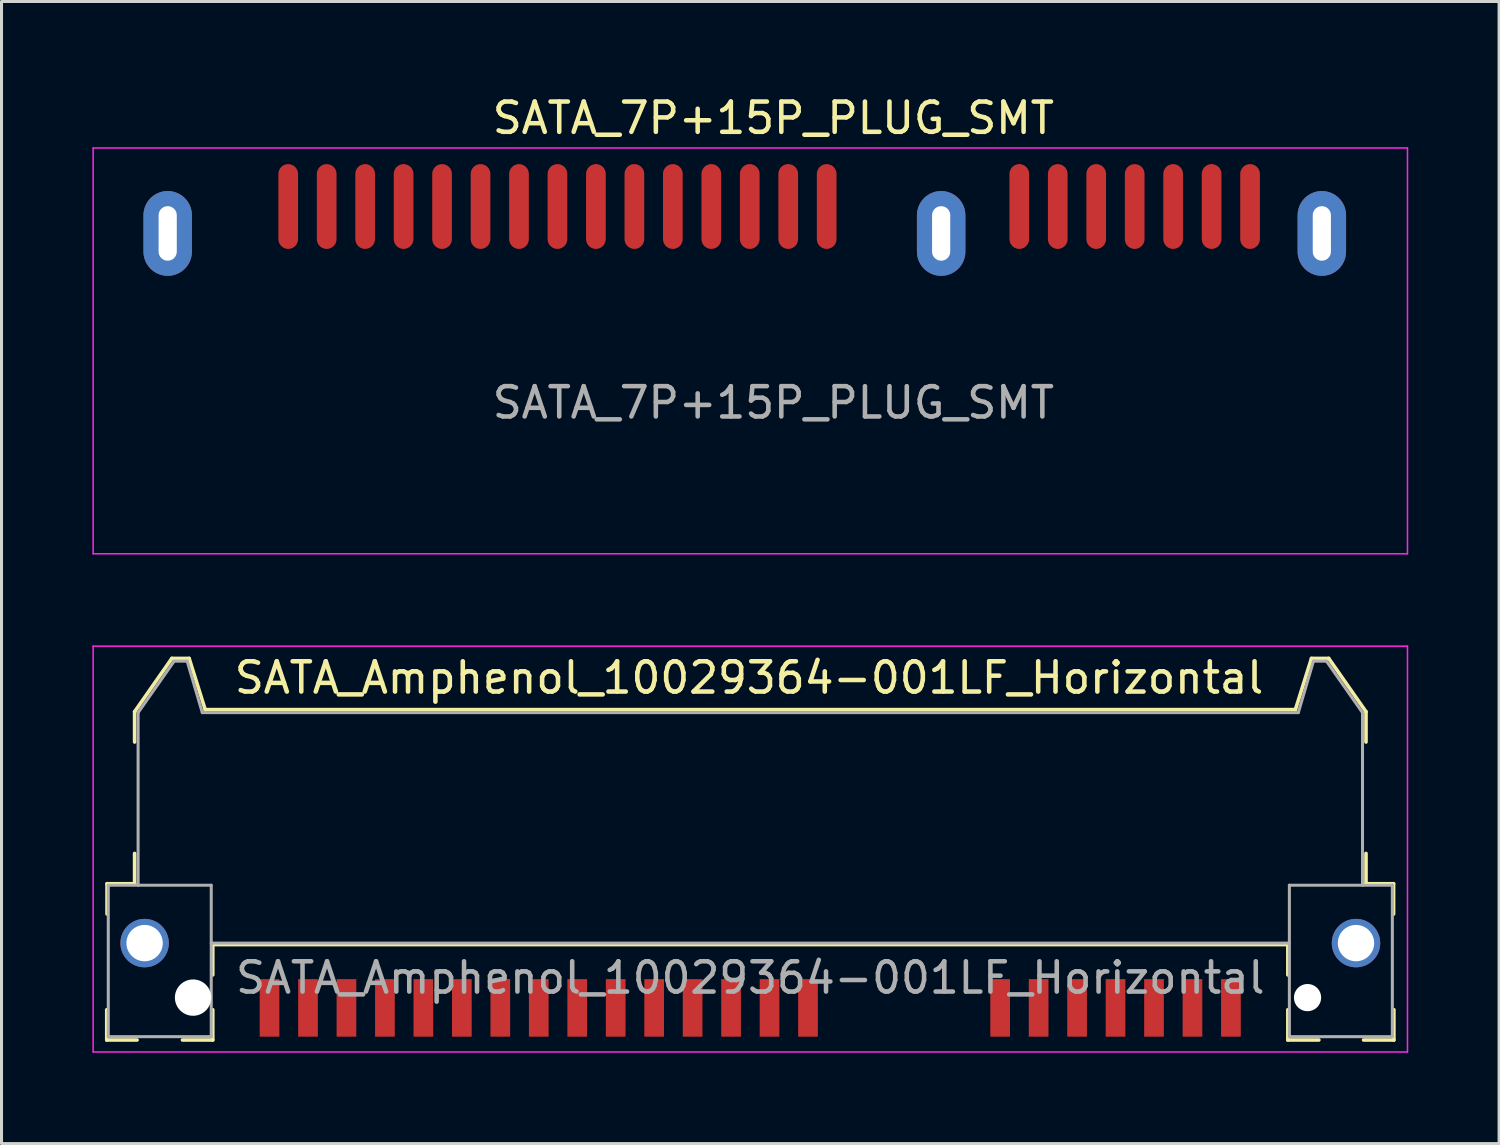
<source format=kicad_pcb>
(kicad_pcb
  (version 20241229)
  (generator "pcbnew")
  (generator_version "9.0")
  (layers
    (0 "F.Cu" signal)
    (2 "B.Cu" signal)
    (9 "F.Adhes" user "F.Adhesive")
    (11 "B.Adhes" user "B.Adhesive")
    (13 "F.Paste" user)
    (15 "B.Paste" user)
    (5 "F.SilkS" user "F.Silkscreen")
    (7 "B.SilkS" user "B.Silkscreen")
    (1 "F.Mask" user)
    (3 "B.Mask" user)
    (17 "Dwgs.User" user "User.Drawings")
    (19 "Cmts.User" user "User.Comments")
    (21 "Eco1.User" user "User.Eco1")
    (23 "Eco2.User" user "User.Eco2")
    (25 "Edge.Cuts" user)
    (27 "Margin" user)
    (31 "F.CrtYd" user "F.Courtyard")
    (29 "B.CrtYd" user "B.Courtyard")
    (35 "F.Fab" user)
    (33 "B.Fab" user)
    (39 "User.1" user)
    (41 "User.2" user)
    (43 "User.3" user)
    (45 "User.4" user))
  (footprint "SATA_Amphenol_10029364-001LF_Horizontal"
    (layer "F.Cu")
    (at 21.725 29.236)
    (property "Reference" "SATA_Amphenol_10029364-001LF_Horizontal" (at -0.041 -9.906 0) (layer "F.SilkS") (effects (font (size 1 1) (thickness 0.15))))
    (attr smd)
    (fp_line (start -21.25 1.055) (end -21.25 2.055) (stroke (width 0.12) (type solid)) (layer "F.SilkS"))
    (fp_line (start -21.25 2.055) (end -20.25 2.055) (stroke (width 0.12) (type solid)) (layer "F.SilkS"))
    (fp_line (start -21.24 -3.105) (end -21.24 -2.105) (stroke (width 0.12) (type solid)) (layer "F.SilkS"))
    (fp_line (start -21.24 -3.105) (end -20.33 -3.105) (stroke (width 0.12) (type solid)) (layer "F.SilkS"))
    (fp_line (start -20.33 -8.785) (end -20.33 -7.785) (stroke (width 0.12) (type solid)) (layer "F.SilkS"))
    (fp_line (start -20.33 -8.785) (end -19.1 -10.545) (stroke (width 0.12) (type solid)) (layer "F.SilkS"))
    (fp_line (start -20.33 -3.105) (end -20.33 -4.105) (stroke (width 0.12) (type solid)) (layer "F.SilkS"))
    (fp_line (start -19.1 -10.545) (end -18.53 -10.545) (stroke (width 0.12) (type solid)) (layer "F.SilkS"))
    (fp_line (start -18.75 2.055) (end -17.75 2.055) (stroke (width 0.12) (type solid)) (layer "F.SilkS"))
    (fp_line (start -18 -8.855) (end -18.53 -10.545) (stroke (width 0.12) (type solid)) (layer "F.SilkS"))
    (fp_line (start -17.75 -1.095) (end -17.75 -0.095) (stroke (width 0.12) (type solid)) (layer "F.SilkS"))
    (fp_line (start -17.75 1.055) (end -17.75 2.055) (stroke (width 0.12) (type solid)) (layer "F.SilkS"))
    (fp_line (start 17.75 -1.095) (end -17.75 -1.095) (stroke (width 0.12) (type solid)) (layer "F.SilkS"))
    (fp_line (start 17.75 -1.095) (end 17.75 -0.095) (stroke (width 0.12) (type solid)) (layer "F.SilkS"))
    (fp_line (start 17.75 1.055) (end 17.75 2.055) (stroke (width 0.12) (type solid)) (layer "F.SilkS"))
    (fp_line (start 18 -8.855) (end -18 -8.855) (stroke (width 0.12) (type solid)) (layer "F.SilkS"))
    (fp_line (start 18 -8.855) (end 18.53 -10.545) (stroke (width 0.12) (type solid)) (layer "F.SilkS"))
    (fp_line (start 18.773 2.055) (end 17.75 2.055) (stroke (width 0.12) (type solid)) (layer "F.SilkS"))
    (fp_line (start 19.1 -10.545) (end 18.53 -10.545) (stroke (width 0.12) (type solid)) (layer "F.SilkS"))
    (fp_line (start 20.33 -8.785) (end 19.1 -10.545) (stroke (width 0.12) (type solid)) (layer "F.SilkS"))
    (fp_line (start 20.33 -8.785) (end 20.33 -7.785) (stroke (width 0.12) (type solid)) (layer "F.SilkS"))
    (fp_line (start 20.33 -3.105) (end 20.33 -4.105) (stroke (width 0.12) (type solid)) (layer "F.SilkS"))
    (fp_line (start 21.24 -3.105) (end 20.33 -3.105) (stroke (width 0.12) (type solid)) (layer "F.SilkS"))
    (fp_line (start 21.24 -3.105) (end 21.24 -2.105) (stroke (width 0.12) (type solid)) (layer "F.SilkS"))
    (fp_line (start 21.25 1.055) (end 21.25 2.055) (stroke (width 0.12) (type solid)) (layer "F.SilkS"))
    (fp_line (start 21.25 2.055) (end 20.25 2.055) (stroke (width 0.12) (type solid)) (layer "F.SilkS"))
    (fp_line (start -21.7 -10.95) (end -21.7 2.45) (stroke (width 0.05) (type solid)) (layer "F.CrtYd"))
    (fp_line (start -21.7 -10.95) (end 21.7 -10.95) (stroke (width 0.05) (type solid)) (layer "F.CrtYd"))
    (fp_line (start -21.7 2.45) (end 21.7 2.45) (stroke (width 0.05) (type solid)) (layer "F.CrtYd"))
    (fp_line (start 21.7 -10.95) (end 21.7 2.45) (stroke (width 0.05) (type solid)) (layer "F.CrtYd"))
    (fp_line (start -21.2 -3.055) (end -21.2 1.945) (stroke (width 0.1) (type solid)) (layer "F.Fab"))
    (fp_line (start -21.2 -3.055) (end -17.8 -3.055) (stroke (width 0.1) (type solid)) (layer "F.Fab"))
    (fp_line (start -21.2 1.945) (end -17.8 1.945) (stroke (width 0.1) (type solid)) (layer "F.Fab"))
    (fp_line (start -20.215 -8.755) (end -20.215 -3.055) (stroke (width 0.1) (type solid)) (layer "F.Fab"))
    (fp_line (start -20.215 -8.755) (end -19.025 -10.455) (stroke (width 0.1) (type solid)) (layer "F.Fab"))
    (fp_line (start -18.595 -10.455) (end -19.025 -10.455) (stroke (width 0.1) (type solid)) (layer "F.Fab"))
    (fp_line (start -18.595 -10.455) (end -18.095 -8.755) (stroke (width 0.1) (type solid)) (layer "F.Fab"))
    (fp_line (start -17.8 -3.055) (end -17.8 1.945) (stroke (width 0.1) (type solid)) (layer "F.Fab"))
    (fp_line (start 17.8 -3.055) (end 17.8 1.93) (stroke (width 0.1) (type solid)) (layer "F.Fab"))
    (fp_line (start 17.8 -1.145) (end -17.8 -1.145) (stroke (width 0.1) (type solid)) (layer "F.Fab"))
    (fp_line (start 18.095 -8.755) (end -18.095 -8.755) (stroke (width 0.1) (type solid)) (layer "F.Fab"))
    (fp_line (start 18.595 -10.455) (end 18.095 -8.755) (stroke (width 0.1) (type solid)) (layer "F.Fab"))
    (fp_line (start 18.595 -10.455) (end 19.025 -10.455) (stroke (width 0.1) (type solid)) (layer "F.Fab"))
    (fp_line (start 20.215 -8.755) (end 19.025 -10.455) (stroke (width 0.1) (type solid)) (layer "F.Fab"))
    (fp_line (start 20.215 -8.755) (end 20.215 -3.055) (stroke (width 0.1) (type solid)) (layer "F.Fab"))
    (fp_line (start 21.2 -3.063) (end 21.2 1.937) (stroke (width 0.1) (type solid)) (layer "F.Fab"))
    (fp_line (start 21.2 -3.055) (end 17.8 -3.055) (stroke (width 0.1) (type solid)) (layer "F.Fab"))
    (fp_line (start 21.2 1.945) (end 17.8 1.945) (stroke (width 0.1) (type solid)) (layer "F.Fab"))
    (fp_text user "${REFERENCE}" (at 0 0 0) (layer "F.Fab") (effects (font (size 1 1) (thickness 0.15))))
    (pad "" np_thru_hole circle (at -18.4 0.655) (size 1.2 1.2) (drill 1.2) (layers "*.Mask" "B.Cu"))
    (pad "" np_thru_hole circle (at 18.4 0.655) (size 0.9 0.9) (drill 0.9) (layers "*.Mask" "B.Cu"))
    (pad "MP" thru_hole circle (at -20 -1.145) (size 1.6 1.6) (drill 1.2) (layers "*.Cu" "*.Mask"))
    (pad "MP" thru_hole circle (at 20 -1.145) (size 1.6 1.6) (drill 1.2) (layers "*.Cu" "*.Mask"))
    (pad "P1" smd rect (at 1.905 0.995) (size 0.65 1.9) (layers "F.Cu" "F.Mask" "F.Paste"))
    (pad "P2" smd rect (at 0.635 0.995) (size 0.65 1.9) (layers "F.Cu" "F.Mask" "F.Paste"))
    (pad "P3" smd rect (at -0.635 0.995) (size 0.65 1.9) (layers "F.Cu" "F.Mask" "F.Paste"))
    (pad "P4" smd rect (at -1.905 0.995) (size 0.65 1.9) (layers "F.Cu" "F.Mask" "F.Paste"))
    (pad "P5" smd rect (at -3.175 0.995) (size 0.65 1.9) (layers "F.Cu" "F.Mask" "F.Paste"))
    (pad "P6" smd rect (at -4.445 0.995) (size 0.65 1.9) (layers "F.Cu" "F.Mask" "F.Paste"))
    (pad "P7" smd rect (at -5.715 0.995) (size 0.65 1.9) (layers "F.Cu" "F.Mask" "F.Paste"))
    (pad "P8" smd rect (at -6.985 0.995) (size 0.65 1.9) (layers "F.Cu" "F.Mask" "F.Paste"))
    (pad "P9" smd rect (at -8.255 0.995) (size 0.65 1.9) (layers "F.Cu" "F.Mask" "F.Paste"))
    (pad "P10" smd rect (at -9.525 0.995) (size 0.65 1.9) (layers "F.Cu" "F.Mask" "F.Paste"))
    (pad "P11" smd rect (at -10.795 0.995) (size 0.65 1.9) (layers "F.Cu" "F.Mask" "F.Paste"))
    (pad "P12" smd rect (at -12.065 0.995) (size 0.65 1.9) (layers "F.Cu" "F.Mask" "F.Paste"))
    (pad "P13" smd rect (at -13.335 0.995) (size 0.65 1.9) (layers "F.Cu" "F.Mask" "F.Paste"))
    (pad "P14" smd rect (at -14.605 0.995) (size 0.65 1.9) (layers "F.Cu" "F.Mask" "F.Paste"))
    (pad "P15" smd rect (at -15.875 0.995) (size 0.65 1.9) (layers "F.Cu" "F.Mask" "F.Paste"))
    (pad "S1" smd rect (at 15.87 0.995) (size 0.65 1.9) (layers "F.Cu" "F.Mask" "F.Paste"))
    (pad "S2" smd rect (at 14.6 0.995) (size 0.65 1.9) (layers "F.Cu" "F.Mask" "F.Paste"))
    (pad "S3" smd rect (at 13.33 0.995) (size 0.65 1.9) (layers "F.Cu" "F.Mask" "F.Paste"))
    (pad "S4" smd rect (at 12.06 0.995) (size 0.65 1.9) (layers "F.Cu" "F.Mask" "F.Paste"))
    (pad "S5" smd rect (at 10.79 0.995) (size 0.65 1.9) (layers "F.Cu" "F.Mask" "F.Paste"))
    (pad "S6" smd rect (at 9.52 0.995) (size 0.65 1.9) (layers "F.Cu" "F.Mask" "F.Paste"))
    (pad "S7" smd rect (at 8.25 0.995) (size 0.65 1.9) (layers "F.Cu" "F.Mask" "F.Paste")))
  (footprint "SATA_7P+15P_PLUG_SMT"
    (layer "F.Cu")
    (at 22.487 4.658)
    (property "Reference" "SATA_7P+15P_PLUG_SMT" (at 0 -3.81 0) (layer "F.SilkS") (effects (font (size 1 1) (thickness 0.15))))
    (attr smd)
    (fp_line (start -22.462 -2.822) (end -22.462 10.578) (stroke (width 0.05) (type solid)) (layer "F.CrtYd"))
    (fp_line (start -22.462 -2.822) (end 20.938 -2.822) (stroke (width 0.05) (type solid)) (layer "F.CrtYd"))
    (fp_line (start -22.462 10.578) (end 20.938 10.578) (stroke (width 0.05) (type solid)) (layer "F.CrtYd"))
    (fp_line (start 20.938 -2.822) (end 20.938 10.578) (stroke (width 0.05) (type solid)) (layer "F.CrtYd"))
    (fp_text user "${REFERENCE}" (at 0 5.588 0) (layer "F.Fab") (effects (font (size 1 1) (thickness 0.15))))
    (pad "MP" thru_hole oval (at -20 0) (size 1.6 2.8) (drill oval 0.6 1.8) (layers "*.Cu" "*.Mask"))
    (pad "MP" thru_hole oval (at 5.54 0) (size 1.6 2.8) (drill oval 0.6 1.8) (layers "*.Cu" "*.Mask"))
    (pad "MP" thru_hole oval (at 18.11 0) (size 1.6 2.8) (drill oval 0.6 1.8) (layers "*.Cu" "*.Mask"))
    (pad "P1" smd oval (at 1.76 -0.889) (size 0.65 2.8) (layers "F.Cu" "F.Mask" "F.Paste"))
    (pad "P2" smd oval (at 0.49 -0.889) (size 0.65 2.8) (layers "F.Cu" "F.Mask" "F.Paste"))
    (pad "P3" smd oval (at -0.78 -0.889) (size 0.65 2.8) (layers "F.Cu" "F.Mask" "F.Paste"))
    (pad "P4" smd oval (at -2.05 -0.889) (size 0.65 2.8) (layers "F.Cu" "F.Mask" "F.Paste"))
    (pad "P5" smd oval (at -3.32 -0.889) (size 0.65 2.8) (layers "F.Cu" "F.Mask" "F.Paste"))
    (pad "P6" smd oval (at -4.59 -0.889) (size 0.65 2.8) (layers "F.Cu" "F.Mask" "F.Paste"))
    (pad "P7" smd oval (at -5.86 -0.889) (size 0.65 2.8) (layers "F.Cu" "F.Mask" "F.Paste"))
    (pad "P8" smd oval (at -7.13 -0.889) (size 0.65 2.8) (layers "F.Cu" "F.Mask" "F.Paste"))
    (pad "P9" smd oval (at -8.4 -0.889) (size 0.65 2.8) (layers "F.Cu" "F.Mask" "F.Paste"))
    (pad "P10" smd oval (at -9.67 -0.889) (size 0.65 2.8) (layers "F.Cu" "F.Mask" "F.Paste"))
    (pad "P11" smd oval (at -10.94 -0.889) (size 0.65 2.8) (layers "F.Cu" "F.Mask" "F.Paste"))
    (pad "P12" smd oval (at -12.21 -0.889) (size 0.65 2.8) (layers "F.Cu" "F.Mask" "F.Paste"))
    (pad "P13" smd oval (at -13.48 -0.889) (size 0.65 2.8) (layers "F.Cu" "F.Mask" "F.Paste"))
    (pad "P14" smd oval (at -14.75 -0.889) (size 0.65 2.8) (layers "F.Cu" "F.Mask" "F.Paste"))
    (pad "P15" smd oval (at -16.02 -0.889) (size 0.65 2.8) (layers "F.Cu" "F.Mask" "F.Paste"))
    (pad "S1" smd oval (at 15.74 -0.889) (size 0.65 2.8) (layers "F.Cu" "F.Mask" "F.Paste"))
    (pad "S2" smd oval (at 14.47 -0.889) (size 0.65 2.8) (layers "F.Cu" "F.Mask" "F.Paste"))
    (pad "S3" smd oval (at 13.2 -0.889) (size 0.65 2.8) (layers "F.Cu" "F.Mask" "F.Paste"))
    (pad "S4" smd oval (at 11.93 -0.889) (size 0.65 2.8) (layers "F.Cu" "F.Mask" "F.Paste"))
    (pad "S5" smd oval (at 10.66 -0.889) (size 0.65 2.8) (layers "F.Cu" "F.Mask" "F.Paste"))
    (pad "S6" smd oval (at 9.39 -0.889) (size 0.65 2.8) (layers "F.Cu" "F.Mask" "F.Paste"))
    (pad "S7" smd oval (at 8.12 -0.889) (size 0.65 2.8) (layers "F.Cu" "F.Mask" "F.Paste")))
  (gr_rect
    (start -3 -3)
    (end 46.45 34.711)
    (stroke (width 0.1) (type default))
    (fill no)
    (layer "Edge.Cuts")))
</source>
